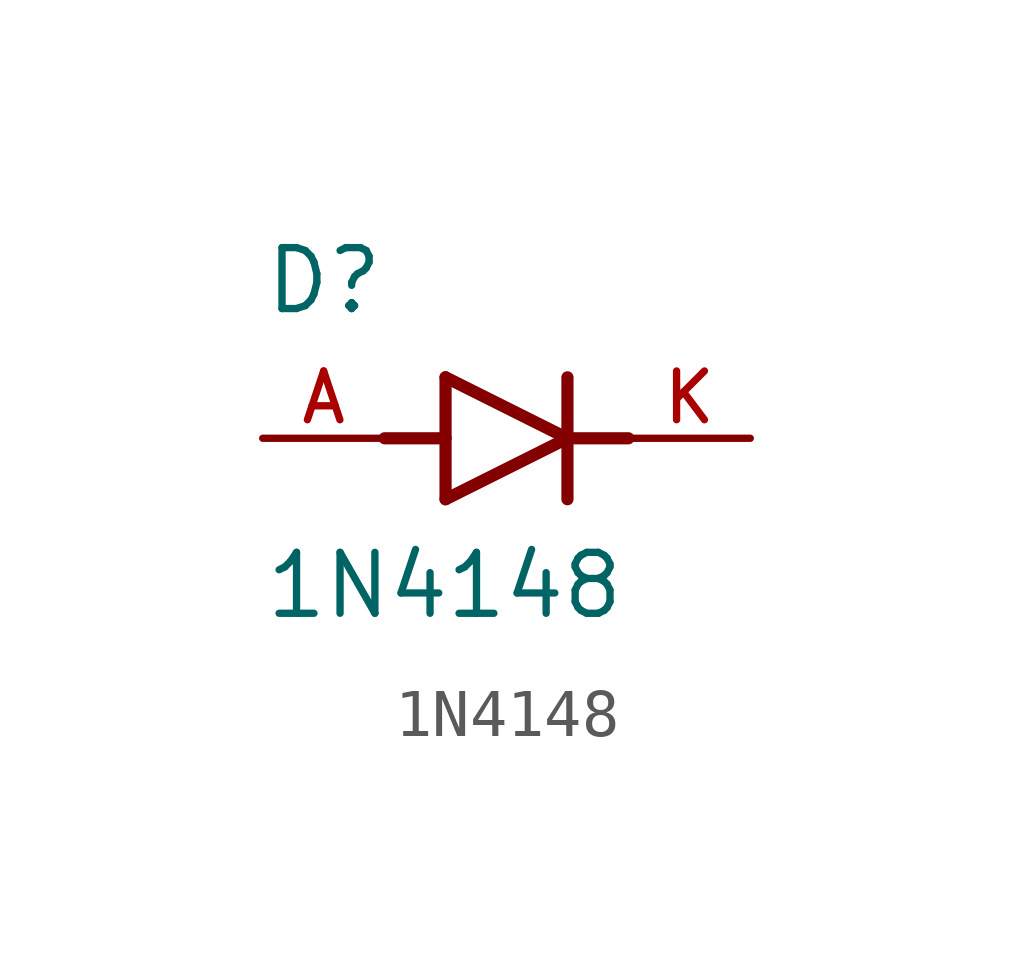
<source format=kicad_sym>
(kicad_symbol_lib
  (version 20211014)
  (generator kicad_symbol_editor)
  (symbol "1N4148"
    (pin_names
      (offset 1.016))
    (property "Reference" "D"
      (at -5.08 2.54 0)
      (effects (font (size 1.27 1.27)) (justify bottom left)))
    (property "Value" "1N4148"
      (at -5.08 -3.81 0)
      (effects (font (size 1.27 1.27)) (justify bottom left)))
    (symbol "1N4148_0_0"
      (polyline (pts (xy -1.27 -1.27) (xy 1.27 0.0)) (stroke (width 0.254)))
      (polyline (pts (xy 1.27 0.0) (xy -1.27 1.27)) (stroke (width 0.254)))
      (polyline (pts (xy -1.27 1.27) (xy -1.27 -1.27)) (stroke (width 0.254)))
      (polyline (pts (xy 1.27 1.27) (xy 1.27 -1.27)) (stroke (width 0.254)))
      (polyline (pts (xy -2.54 0.0) (xy -1.27 0.0)) (stroke (width 0.254)))
      (polyline (pts (xy 1.27 0.0) (xy 2.54 0.0)) (stroke (width 0.254)))
      (pin passive line (at 5.08 0.0 180.0) (length 2.54) (name "~" (effects (font (size 1.016 1.016)))) (number "K" (effects (font (size 1.016 1.016)))))
      (pin passive line (at -5.08 0.0 0) (length 2.54) (name "~" (effects (font (size 1.016 1.016)))) (number "A" (effects (font (size 1.016 1.016))))))))
</source>
